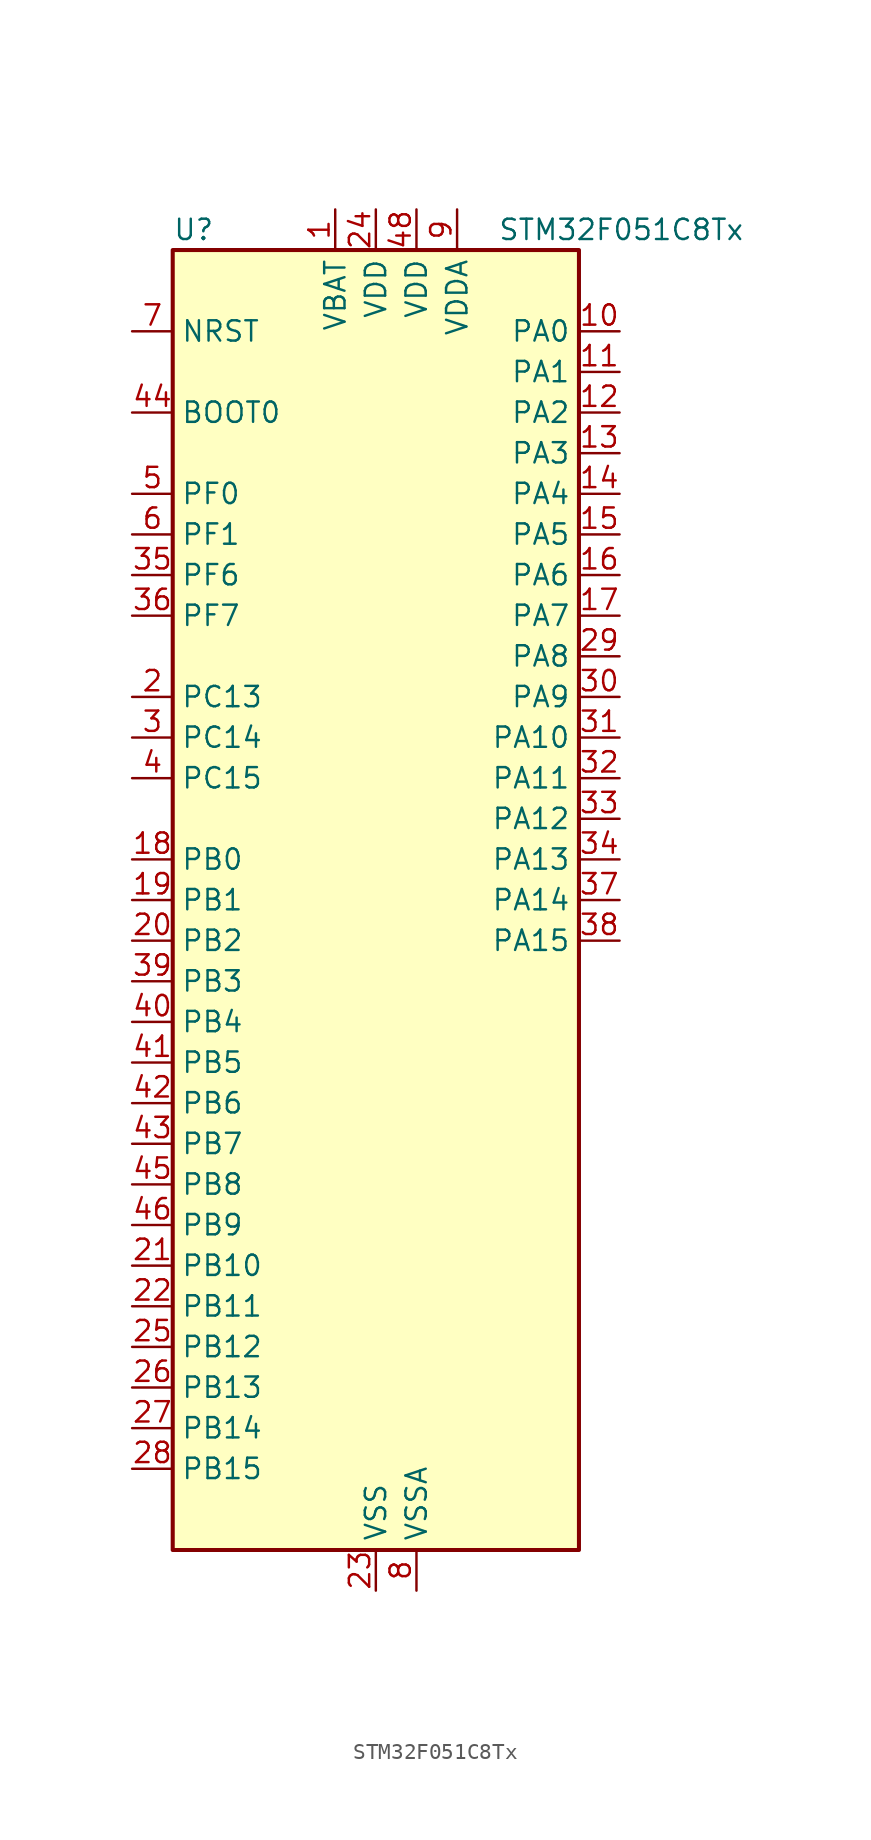
<source format=kicad_sym>
(kicad_symbol_lib
  (version 20241209)
  (generator "kicad_symbol_editor")
  (generator_version "9.0")
  (symbol "STM32F051C8Tx"
    (property "Reference" "U"
      (at -12.7 41.91 0)
      (effects (font (size 1.27 1.27)) (justify left)))
    (property "Value" "STM32F051C8Tx"
      (at 7.62 41.91 0)
      (effects (font (size 1.27 1.27)) (justify left)))
    (symbol "STM32F051C8Tx_0_1"
      (rectangle (start -12.7 -40.64) (end 12.7 40.64) (stroke (width 0.254) (type default)) (fill (type background))))
    (symbol "STM32F051C8Tx_1_1"
      (pin input line (at -15.24 35.56 0) (length 2.54) (name "NRST" (effects (font (size 1.27 1.27)))) (number "7" (effects (font (size 1.27 1.27)))))
      (pin input line (at -15.24 30.48 0) (length 2.54) (name "BOOT0" (effects (font (size 1.27 1.27)))) (number "44" (effects (font (size 1.27 1.27)))))
      (pin bidirectional line (at -15.24 25.4 0) (length 2.54) (name "PF0" (effects (font (size 1.27 1.27)))) (number "5" (effects (font (size 1.27 1.27)))) (alternate "RCC_OSC_IN" bidirectional line))
      (pin bidirectional line (at -15.24 22.86 0) (length 2.54) (name "PF1" (effects (font (size 1.27 1.27)))) (number "6" (effects (font (size 1.27 1.27)))) (alternate "RCC_OSC_OUT" bidirectional line))
      (pin bidirectional line (at -15.24 20.32 0) (length 2.54) (name "PF6" (effects (font (size 1.27 1.27)))) (number "35" (effects (font (size 1.27 1.27)))) (alternate "I2C2_SCL" bidirectional line))
      (pin bidirectional line (at -15.24 17.78 0) (length 2.54) (name "PF7" (effects (font (size 1.27 1.27)))) (number "36" (effects (font (size 1.27 1.27)))) (alternate "I2C2_SDA" bidirectional line))
      (pin bidirectional line (at -15.24 12.7 0) (length 2.54) (name "PC13" (effects (font (size 1.27 1.27)))) (number "2" (effects (font (size 1.27 1.27)))) (alternate "RTC_OUT_ALARM" bidirectional line) (alternate "RTC_OUT_CALIB" bidirectional line) (alternate "RTC_TAMP1" bidirectional line) (alternate "RTC_TS" bidirectional line) (alternate "SYS_WKUP2" bidirectional line))
      (pin bidirectional line (at -15.24 10.16 0) (length 2.54) (name "PC14" (effects (font (size 1.27 1.27)))) (number "3" (effects (font (size 1.27 1.27)))) (alternate "RCC_OSC32_IN" bidirectional line))
      (pin bidirectional line (at -15.24 7.62 0) (length 2.54) (name "PC15" (effects (font (size 1.27 1.27)))) (number "4" (effects (font (size 1.27 1.27)))) (alternate "RCC_OSC32_OUT" bidirectional line))
      (pin bidirectional line (at -15.24 2.54 0) (length 2.54) (name "PB0" (effects (font (size 1.27 1.27)))) (number "18" (effects (font (size 1.27 1.27)))) (alternate "ADC_IN8" bidirectional line) (alternate "TIM1_CH2N" bidirectional line) (alternate "TIM3_CH3" bidirectional line) (alternate "TSC_G3_IO2" bidirectional line))
      (pin bidirectional line (at -15.24 0 0) (length 2.54) (name "PB1" (effects (font (size 1.27 1.27)))) (number "19" (effects (font (size 1.27 1.27)))) (alternate "ADC_IN9" bidirectional line) (alternate "TIM14_CH1" bidirectional line) (alternate "TIM1_CH3N" bidirectional line) (alternate "TIM3_CH4" bidirectional line) (alternate "TSC_G3_IO3" bidirectional line))
      (pin bidirectional line (at -15.24 -2.54 0) (length 2.54) (name "PB2" (effects (font (size 1.27 1.27)))) (number "20" (effects (font (size 1.27 1.27)))) (alternate "TSC_G3_IO4" bidirectional line))
      (pin bidirectional line (at -15.24 -5.08 0) (length 2.54) (name "PB3" (effects (font (size 1.27 1.27)))) (number "39" (effects (font (size 1.27 1.27)))) (alternate "I2S1_CK" bidirectional line) (alternate "SPI1_SCK" bidirectional line) (alternate "TIM2_CH2" bidirectional line) (alternate "TSC_G5_IO1" bidirectional line))
      (pin bidirectional line (at -15.24 -7.62 0) (length 2.54) (name "PB4" (effects (font (size 1.27 1.27)))) (number "40" (effects (font (size 1.27 1.27)))) (alternate "I2S1_MCK" bidirectional line) (alternate "SPI1_MISO" bidirectional line) (alternate "TIM3_CH1" bidirectional line) (alternate "TSC_G5_IO2" bidirectional line))
      (pin bidirectional line (at -15.24 -10.16 0) (length 2.54) (name "PB5" (effects (font (size 1.27 1.27)))) (number "41" (effects (font (size 1.27 1.27)))) (alternate "I2C1_SMBA" bidirectional line) (alternate "I2S1_SD" bidirectional line) (alternate "SPI1_MOSI" bidirectional line) (alternate "TIM16_BKIN" bidirectional line) (alternate "TIM3_CH2" bidirectional line))
      (pin bidirectional line (at -15.24 -12.7 0) (length 2.54) (name "PB6" (effects (font (size 1.27 1.27)))) (number "42" (effects (font (size 1.27 1.27)))) (alternate "I2C1_SCL" bidirectional line) (alternate "TIM16_CH1N" bidirectional line) (alternate "TSC_G5_IO3" bidirectional line) (alternate "USART1_TX" bidirectional line))
      (pin bidirectional line (at -15.24 -15.24 0) (length 2.54) (name "PB7" (effects (font (size 1.27 1.27)))) (number "43" (effects (font (size 1.27 1.27)))) (alternate "I2C1_SDA" bidirectional line) (alternate "TIM17_CH1N" bidirectional line) (alternate "TSC_G5_IO4" bidirectional line) (alternate "USART1_RX" bidirectional line))
      (pin bidirectional line (at -15.24 -17.78 0) (length 2.54) (name "PB8" (effects (font (size 1.27 1.27)))) (number "45" (effects (font (size 1.27 1.27)))) (alternate "CEC" bidirectional line) (alternate "I2C1_SCL" bidirectional line) (alternate "TIM16_CH1" bidirectional line) (alternate "TSC_SYNC" bidirectional line))
      (pin bidirectional line (at -15.24 -20.32 0) (length 2.54) (name "PB9" (effects (font (size 1.27 1.27)))) (number "46" (effects (font (size 1.27 1.27)))) (alternate "DAC1_EXTI9" bidirectional line) (alternate "I2C1_SDA" bidirectional line) (alternate "IR_OUT" bidirectional line) (alternate "TIM17_CH1" bidirectional line))
      (pin bidirectional line (at -15.24 -22.86 0) (length 2.54) (name "PB10" (effects (font (size 1.27 1.27)))) (number "21" (effects (font (size 1.27 1.27)))) (alternate "CEC" bidirectional line) (alternate "I2C2_SCL" bidirectional line) (alternate "TIM2_CH3" bidirectional line) (alternate "TSC_SYNC" bidirectional line))
      (pin bidirectional line (at -15.24 -25.4 0) (length 2.54) (name "PB11" (effects (font (size 1.27 1.27)))) (number "22" (effects (font (size 1.27 1.27)))) (alternate "I2C2_SDA" bidirectional line) (alternate "TIM2_CH4" bidirectional line) (alternate "TSC_G6_IO1" bidirectional line))
      (pin bidirectional line (at -15.24 -27.94 0) (length 2.54) (name "PB12" (effects (font (size 1.27 1.27)))) (number "25" (effects (font (size 1.27 1.27)))) (alternate "SPI2_NSS" bidirectional line) (alternate "TIM1_BKIN" bidirectional line) (alternate "TSC_G6_IO2" bidirectional line))
      (pin bidirectional line (at -15.24 -30.48 0) (length 2.54) (name "PB13" (effects (font (size 1.27 1.27)))) (number "26" (effects (font (size 1.27 1.27)))) (alternate "SPI2_SCK" bidirectional line) (alternate "TIM1_CH1N" bidirectional line) (alternate "TSC_G6_IO3" bidirectional line))
      (pin bidirectional line (at -15.24 -33.02 0) (length 2.54) (name "PB14" (effects (font (size 1.27 1.27)))) (number "27" (effects (font (size 1.27 1.27)))) (alternate "SPI2_MISO" bidirectional line) (alternate "TIM15_CH1" bidirectional line) (alternate "TIM1_CH2N" bidirectional line) (alternate "TSC_G6_IO4" bidirectional line))
      (pin bidirectional line (at -15.24 -35.56 0) (length 2.54) (name "PB15" (effects (font (size 1.27 1.27)))) (number "28" (effects (font (size 1.27 1.27)))) (alternate "RTC_REFIN" bidirectional line) (alternate "SPI2_MOSI" bidirectional line) (alternate "TIM15_CH1N" bidirectional line) (alternate "TIM15_CH2" bidirectional line) (alternate "TIM1_CH3N" bidirectional line))
      (pin power_in line (at -2.54 43.18 270) (length 2.54) (name "VBAT" (effects (font (size 1.27 1.27)))) (number "1" (effects (font (size 1.27 1.27)))))
      (pin power_in line (at 0 43.18 270) (length 2.54) (name "VDD" (effects (font (size 1.27 1.27)))) (number "24" (effects (font (size 1.27 1.27)))))
      (pin power_in line (at 0 -43.18 90) (length 2.54) (name "VSS" (effects (font (size 1.27 1.27)))) (number "23" (effects (font (size 1.27 1.27)))))
      (pin passive line (at 0 -43.18 90) (length 2.54) (hide yes) (name "VSS" (effects (font (size 1.27 1.27)))) (number "47" (effects (font (size 1.27 1.27)))))
      (pin power_in line (at 2.54 43.18 270) (length 2.54) (name "VDD" (effects (font (size 1.27 1.27)))) (number "48" (effects (font (size 1.27 1.27)))))
      (pin power_in line (at 2.54 -43.18 90) (length 2.54) (name "VSSA" (effects (font (size 1.27 1.27)))) (number "8" (effects (font (size 1.27 1.27)))))
      (pin power_in line (at 5.08 43.18 270) (length 2.54) (name "VDDA" (effects (font (size 1.27 1.27)))) (number "9" (effects (font (size 1.27 1.27)))))
      (pin bidirectional line (at 15.24 35.56 180) (length 2.54) (name "PA0" (effects (font (size 1.27 1.27)))) (number "10" (effects (font (size 1.27 1.27)))) (alternate "ADC_IN0" bidirectional line) (alternate "COMP1_INM" bidirectional line) (alternate "COMP1_OUT" bidirectional line) (alternate "RTC_TAMP2" bidirectional line) (alternate "SYS_WKUP1" bidirectional line) (alternate "TIM2_CH1" bidirectional line) (alternate "TIM2_ETR" bidirectional line) (alternate "TSC_G1_IO1" bidirectional line) (alternate "USART2_CTS" bidirectional line))
      (pin bidirectional line (at 15.24 33.02 180) (length 2.54) (name "PA1" (effects (font (size 1.27 1.27)))) (number "11" (effects (font (size 1.27 1.27)))) (alternate "ADC_IN1" bidirectional line) (alternate "COMP1_INP" bidirectional line) (alternate "TIM2_CH2" bidirectional line) (alternate "TSC_G1_IO2" bidirectional line) (alternate "USART2_DE" bidirectional line) (alternate "USART2_RTS" bidirectional line))
      (pin bidirectional line (at 15.24 30.48 180) (length 2.54) (name "PA2" (effects (font (size 1.27 1.27)))) (number "12" (effects (font (size 1.27 1.27)))) (alternate "ADC_IN2" bidirectional line) (alternate "COMP2_INM" bidirectional line) (alternate "COMP2_OUT" bidirectional line) (alternate "TIM15_CH1" bidirectional line) (alternate "TIM2_CH3" bidirectional line) (alternate "TSC_G1_IO3" bidirectional line) (alternate "USART2_TX" bidirectional line))
      (pin bidirectional line (at 15.24 27.94 180) (length 2.54) (name "PA3" (effects (font (size 1.27 1.27)))) (number "13" (effects (font (size 1.27 1.27)))) (alternate "ADC_IN3" bidirectional line) (alternate "COMP2_INP" bidirectional line) (alternate "TIM15_CH2" bidirectional line) (alternate "TIM2_CH4" bidirectional line) (alternate "TSC_G1_IO4" bidirectional line) (alternate "USART2_RX" bidirectional line))
      (pin bidirectional line (at 15.24 25.4 180) (length 2.54) (name "PA4" (effects (font (size 1.27 1.27)))) (number "14" (effects (font (size 1.27 1.27)))) (alternate "ADC_IN4" bidirectional line) (alternate "COMP1_INM" bidirectional line) (alternate "COMP2_INM" bidirectional line) (alternate "DAC1_OUT1" bidirectional line) (alternate "I2S1_WS" bidirectional line) (alternate "SPI1_NSS" bidirectional line) (alternate "TIM14_CH1" bidirectional line) (alternate "TSC_G2_IO1" bidirectional line) (alternate "USART2_CK" bidirectional line))
      (pin bidirectional line (at 15.24 22.86 180) (length 2.54) (name "PA5" (effects (font (size 1.27 1.27)))) (number "15" (effects (font (size 1.27 1.27)))) (alternate "ADC_IN5" bidirectional line) (alternate "CEC" bidirectional line) (alternate "COMP1_INM" bidirectional line) (alternate "COMP2_INM" bidirectional line) (alternate "I2S1_CK" bidirectional line) (alternate "SPI1_SCK" bidirectional line) (alternate "TIM2_CH1" bidirectional line) (alternate "TIM2_ETR" bidirectional line) (alternate "TSC_G2_IO2" bidirectional line))
      (pin bidirectional line (at 15.24 20.32 180) (length 2.54) (name "PA6" (effects (font (size 1.27 1.27)))) (number "16" (effects (font (size 1.27 1.27)))) (alternate "ADC_IN6" bidirectional line) (alternate "COMP1_OUT" bidirectional line) (alternate "I2S1_MCK" bidirectional line) (alternate "SPI1_MISO" bidirectional line) (alternate "TIM16_CH1" bidirectional line) (alternate "TIM1_BKIN" bidirectional line) (alternate "TIM3_CH1" bidirectional line) (alternate "TSC_G2_IO3" bidirectional line))
      (pin bidirectional line (at 15.24 17.78 180) (length 2.54) (name "PA7" (effects (font (size 1.27 1.27)))) (number "17" (effects (font (size 1.27 1.27)))) (alternate "ADC_IN7" bidirectional line) (alternate "COMP2_OUT" bidirectional line) (alternate "I2S1_SD" bidirectional line) (alternate "SPI1_MOSI" bidirectional line) (alternate "TIM14_CH1" bidirectional line) (alternate "TIM17_CH1" bidirectional line) (alternate "TIM1_CH1N" bidirectional line) (alternate "TIM3_CH2" bidirectional line) (alternate "TSC_G2_IO4" bidirectional line))
      (pin bidirectional line (at 15.24 15.24 180) (length 2.54) (name "PA8" (effects (font (size 1.27 1.27)))) (number "29" (effects (font (size 1.27 1.27)))) (alternate "RCC_MCO" bidirectional line) (alternate "TIM1_CH1" bidirectional line) (alternate "USART1_CK" bidirectional line))
      (pin bidirectional line (at 15.24 12.7 180) (length 2.54) (name "PA9" (effects (font (size 1.27 1.27)))) (number "30" (effects (font (size 1.27 1.27)))) (alternate "DAC1_EXTI9" bidirectional line) (alternate "TIM15_BKIN" bidirectional line) (alternate "TIM1_CH2" bidirectional line) (alternate "TSC_G4_IO1" bidirectional line) (alternate "USART1_TX" bidirectional line))
      (pin bidirectional line (at 15.24 10.16 180) (length 2.54) (name "PA10" (effects (font (size 1.27 1.27)))) (number "31" (effects (font (size 1.27 1.27)))) (alternate "TIM17_BKIN" bidirectional line) (alternate "TIM1_CH3" bidirectional line) (alternate "TSC_G4_IO2" bidirectional line) (alternate "USART1_RX" bidirectional line))
      (pin bidirectional line (at 15.24 7.62 180) (length 2.54) (name "PA11" (effects (font (size 1.27 1.27)))) (number "32" (effects (font (size 1.27 1.27)))) (alternate "COMP1_OUT" bidirectional line) (alternate "TIM1_CH4" bidirectional line) (alternate "TSC_G4_IO3" bidirectional line) (alternate "USART1_CTS" bidirectional line))
      (pin bidirectional line (at 15.24 5.08 180) (length 2.54) (name "PA12" (effects (font (size 1.27 1.27)))) (number "33" (effects (font (size 1.27 1.27)))) (alternate "COMP2_OUT" bidirectional line) (alternate "TIM1_ETR" bidirectional line) (alternate "TSC_G4_IO4" bidirectional line) (alternate "USART1_DE" bidirectional line) (alternate "USART1_RTS" bidirectional line))
      (pin bidirectional line (at 15.24 2.54 180) (length 2.54) (name "PA13" (effects (font (size 1.27 1.27)))) (number "34" (effects (font (size 1.27 1.27)))) (alternate "IR_OUT" bidirectional line) (alternate "SYS_SWDIO" bidirectional line))
      (pin bidirectional line (at 15.24 0 180) (length 2.54) (name "PA14" (effects (font (size 1.27 1.27)))) (number "37" (effects (font (size 1.27 1.27)))) (alternate "SYS_SWCLK" bidirectional line) (alternate "USART2_TX" bidirectional line))
      (pin bidirectional line (at 15.24 -2.54 180) (length 2.54) (name "PA15" (effects (font (size 1.27 1.27)))) (number "38" (effects (font (size 1.27 1.27)))) (alternate "I2S1_WS" bidirectional line) (alternate "SPI1_NSS" bidirectional line) (alternate "TIM2_CH1" bidirectional line) (alternate "TIM2_ETR" bidirectional line) (alternate "USART2_RX" bidirectional line)))))
</source>
